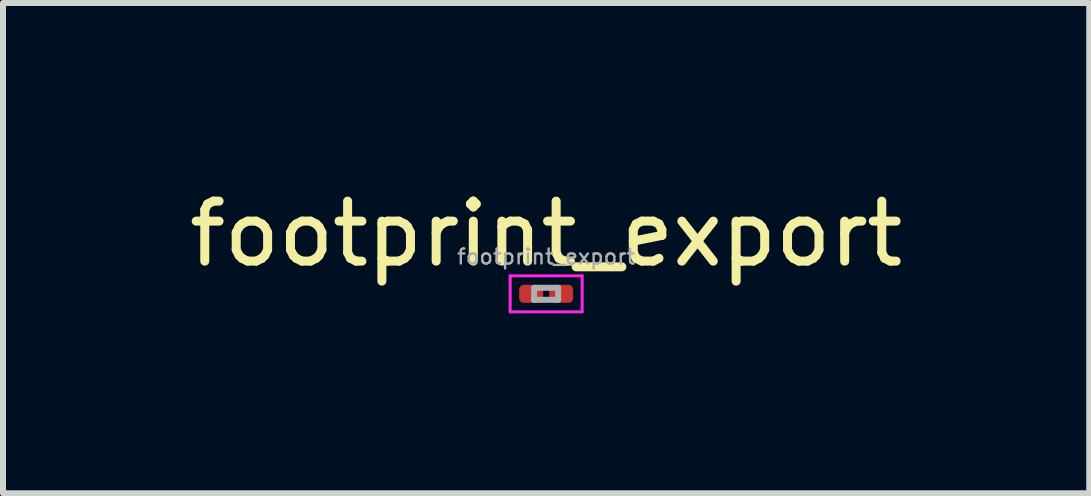
<source format=kicad_pcb>
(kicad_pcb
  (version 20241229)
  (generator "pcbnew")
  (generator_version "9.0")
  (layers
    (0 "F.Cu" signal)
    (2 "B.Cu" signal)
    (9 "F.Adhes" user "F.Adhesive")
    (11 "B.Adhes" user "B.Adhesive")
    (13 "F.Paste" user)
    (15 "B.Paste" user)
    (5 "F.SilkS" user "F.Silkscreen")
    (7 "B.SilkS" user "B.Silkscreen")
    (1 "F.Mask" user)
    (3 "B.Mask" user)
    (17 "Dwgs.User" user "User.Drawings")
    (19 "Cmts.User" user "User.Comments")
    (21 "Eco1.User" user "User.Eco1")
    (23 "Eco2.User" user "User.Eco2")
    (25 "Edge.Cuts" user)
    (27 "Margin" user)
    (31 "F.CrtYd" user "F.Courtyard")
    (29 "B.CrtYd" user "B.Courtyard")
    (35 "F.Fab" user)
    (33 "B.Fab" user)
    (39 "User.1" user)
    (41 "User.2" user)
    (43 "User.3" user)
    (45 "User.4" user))
  (footprint "footprint_export"
    (layer "F.Cu")
    (at 6.054 1.848)
    (property "Reference" "footprint_export" (at 0 -1 0) (layer "F.SilkS") (effects (font (size 1 1) (thickness 0.15))))
    (attr smd)
    (fp_line (start -0.6 -0.3) (end 0.6 -0.3) (stroke (width 0.05) (type solid)) (layer "F.CrtYd"))
    (fp_line (start -0.6 0.3) (end -0.6 -0.3) (stroke (width 0.05) (type solid)) (layer "F.CrtYd"))
    (fp_line (start 0.6 -0.3) (end 0.6 0.3) (stroke (width 0.05) (type solid)) (layer "F.CrtYd"))
    (fp_line (start 0.6 0.3) (end -0.6 0.3) (stroke (width 0.05) (type solid)) (layer "F.CrtYd"))
    (fp_line (start -0.2 -0.1) (end 0.2 -0.1) (stroke (width 0.1) (type solid)) (layer "F.Fab"))
    (fp_line (start -0.2 0.1) (end -0.2 -0.1) (stroke (width 0.1) (type solid)) (layer "F.Fab"))
    (fp_line (start 0.2 -0.1) (end 0.2 0.1) (stroke (width 0.1) (type solid)) (layer "F.Fab"))
    (fp_line (start 0.2 0.1) (end -0.2 0.1) (stroke (width 0.1) (type solid)) (layer "F.Fab"))
    (fp_text user "${REFERENCE}" (at 0 -0.62 0) (layer "F.Fab") (effects (font (size 0.25 0.25) (thickness 0.04))))
    (pad "" smd roundrect (at -0.275 0) (size 0.27 0.27) (layers "F.Paste") (roundrect_rratio 0.25))
    (pad "" smd roundrect (at 0.275 0) (size 0.27 0.27) (layers "F.Paste") (roundrect_rratio 0.25))
    (pad "1" smd roundrect (at -0.25 0) (size 0.4 0.3) (layers "F.Cu" "F.Mask") (roundrect_rratio 0.25))
    (pad "2" smd roundrect (at 0.25 0) (size 0.4 0.3) (layers "F.Cu" "F.Mask") (roundrect_rratio 0.25)))
  (gr_rect
    (start -3 -3)
    (end 15.107 5.173)
    (stroke (width 0.1) (type default))
    (fill no)
    (layer "Edge.Cuts")))
</source>
